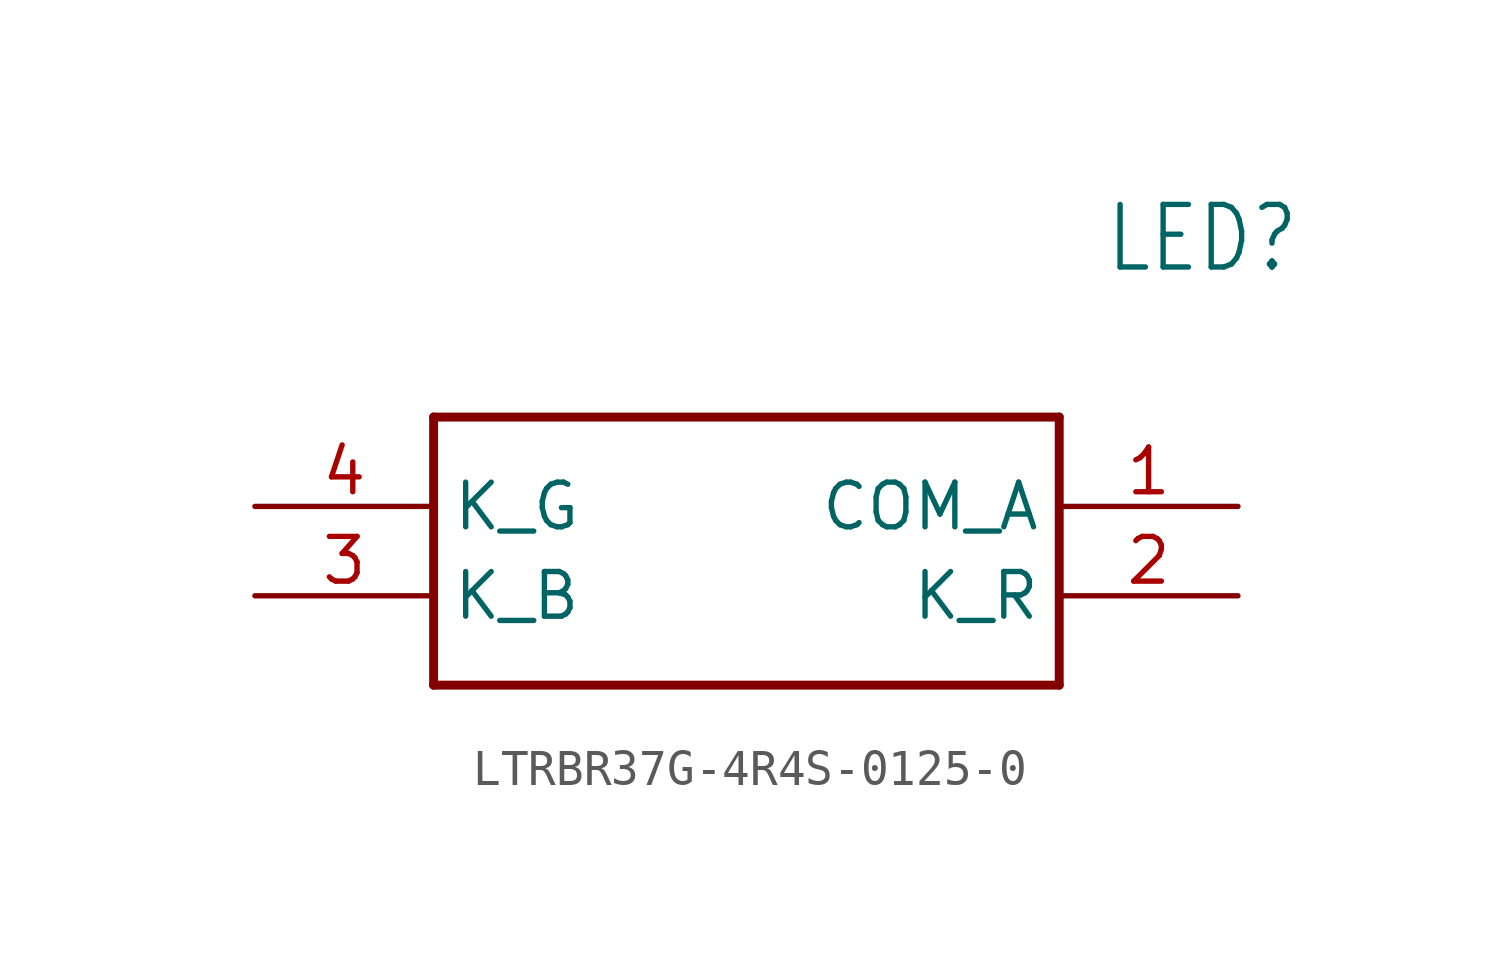
<source format=kicad_sym>
(kicad_symbol_lib
  (version 20231120)
  (generator "kicad_symbol_editor")
  (generator_version "8.0")
  (symbol "LTRBR37G-4R4S-0125-0"
    (property "Reference" "LED"
      (at 24.13 7.62 0)
      (effects (font (size 1.778 1.511)) (justify left)))
    (property "Value" ""
      (at 24.13 5.08 0)
      (effects (font (size 1.778 1.511)) (justify left)))
    (property "ki_locked" ""
      (at 0 0 0)
      (effects (font (size 1.27 1.27))))
    (symbol "LTRBR37G-4R4S-0125-0_1_0"
      (polyline (pts (xy 5.08 2.54) (xy 5.08 -5.08)) (stroke (width 0.254) (type solid)) (fill (type none)))
      (polyline (pts (xy 5.08 2.54) (xy 22.86 2.54)) (stroke (width 0.254) (type solid)) (fill (type none)))
      (polyline (pts (xy 22.86 -5.08) (xy 5.08 -5.08)) (stroke (width 0.254) (type solid)) (fill (type none)))
      (polyline (pts (xy 22.86 -5.08) (xy 22.86 2.54)) (stroke (width 0.254) (type solid)) (fill (type none)))
      (pin bidirectional line (at 27.94 0 180) (length 5.08) (name "COM_A" (effects (font (size 1.27 1.27)))) (number "1" (effects (font (size 1.27 1.27)))))
      (pin bidirectional line (at 27.94 -2.54 180) (length 5.08) (name "K_R" (effects (font (size 1.27 1.27)))) (number "2" (effects (font (size 1.27 1.27)))))
      (pin bidirectional line (at 0 -2.54 0) (length 5.08) (name "K_B" (effects (font (size 1.27 1.27)))) (number "3" (effects (font (size 1.27 1.27)))))
      (pin bidirectional line (at 0 0 0) (length 5.08) (name "K_G" (effects (font (size 1.27 1.27)))) (number "4" (effects (font (size 1.27 1.27))))))))
</source>
